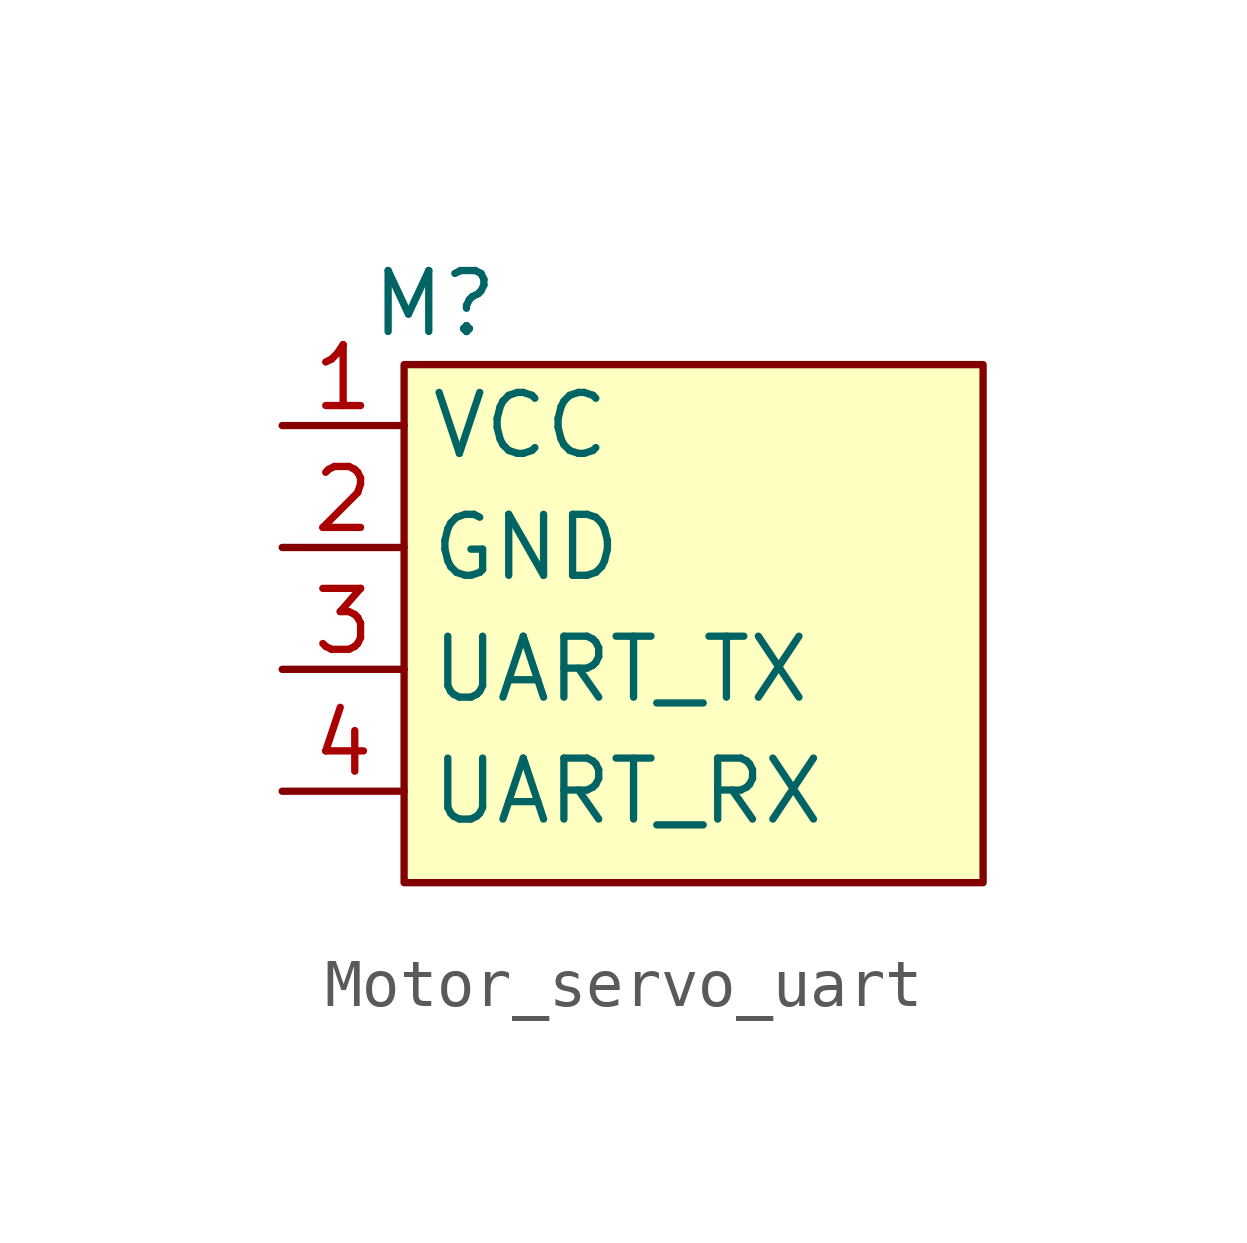
<source format=kicad_sym>
(kicad_symbol_lib
  (version 20220914)
  (generator kicad_symbol_editor)
  (symbol "Motor_servo_uart"
    (property "Reference" "M"
      (at -5.715 6.985 0)
      (effects (font (size 1.27 1.27))))
    (property "Value" ""
      (at -5.08 4.445 0)
      (effects (font (size 1.27 1.27))))
    (symbol "Motor_servo_uart_0_1"
      (rectangle (start -6.35 5.715) (end 5.715 -5.08) (stroke (width 0) (type default)) (fill (type background))))
    (symbol "Motor_servo_uart_1_1"
      (pin input line (at -8.89 4.445 0) (length 2.54) (name "VCC" (effects (font (size 1.27 1.27)))) (number "1" (effects (font (size 1.27 1.27)))))
      (pin input line (at -8.89 1.905 0) (length 2.54) (name "GND" (effects (font (size 1.27 1.27)))) (number "2" (effects (font (size 1.27 1.27)))))
      (pin input line (at -8.89 -0.635 0) (length 2.54) (name "UART_TX" (effects (font (size 1.27 1.27)))) (number "3" (effects (font (size 1.27 1.27)))))
      (pin input line (at -8.89 -3.175 0) (length 2.54) (name "UART_RX" (effects (font (size 1.27 1.27)))) (number "4" (effects (font (size 1.27 1.27))))))))
</source>
